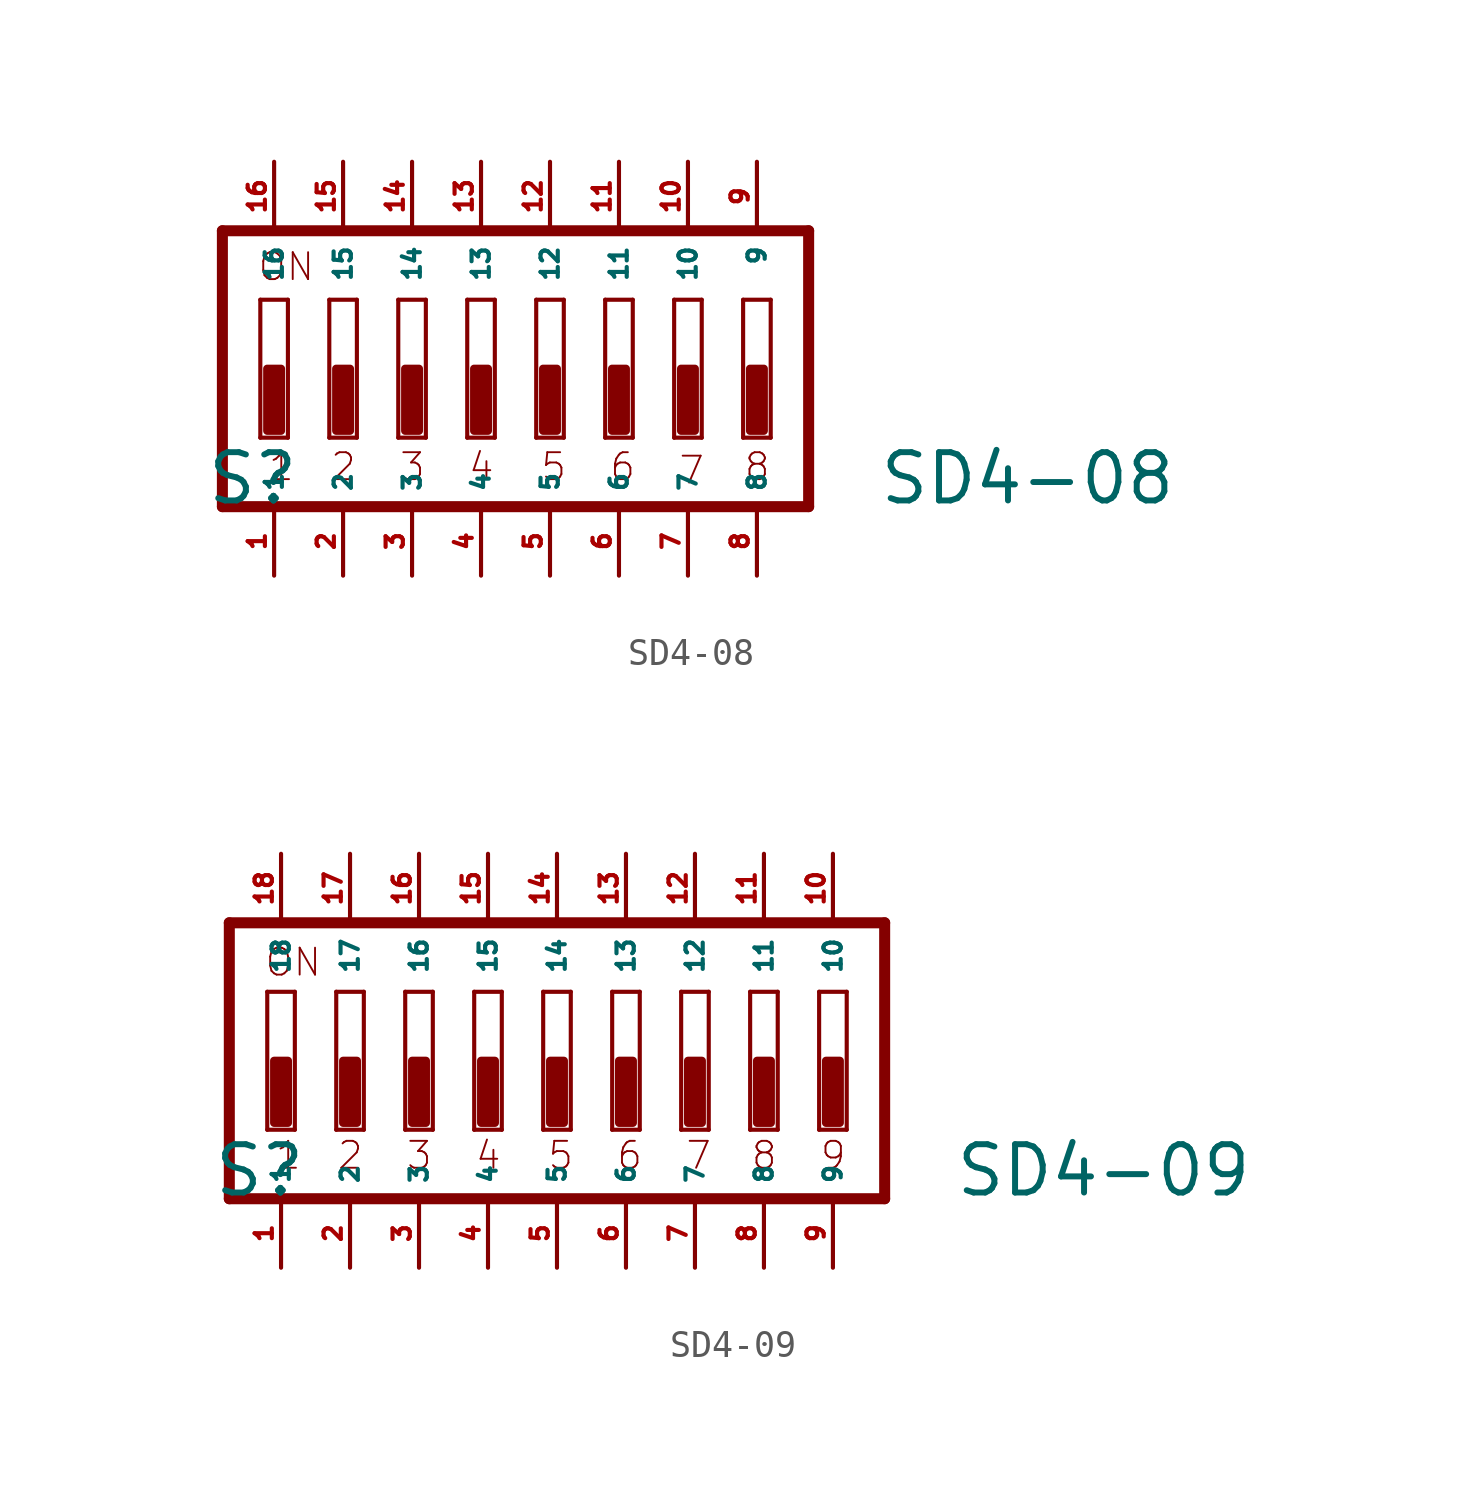
<source format=kicad_sym>
(kicad_symbol_lib
  (version 20220914)
  (generator Eagle2Kicad)
  (symbol "SD4-08"
    (property "Reference" "S"
      (at -12.7 -5.08 0)
      (effects (font (size 1.778 1.778) (thickness 0.22)) (justify left bottom)))
    (property "Value" "SD4-08"
      (at 12.065 -5.08 0)
      (effects (font (size 1.778 1.778) (thickness 0.22)) (justify left bottom)))
    (polyline
      (pts (xy 8.128 -2.54) (xy 7.112 -2.54))
      (stroke (width 0.152) (type default))
      (fill (type none)))
    (polyline
      (pts (xy 7.112 2.54) (xy 8.128 2.54))
      (stroke (width 0.152) (type default))
      (fill (type none)))
    (polyline
      (pts (xy 8.128 2.54) (xy 8.128 -2.54))
      (stroke (width 0.152) (type default))
      (fill (type none)))
    (polyline
      (pts (xy 7.112 -2.54) (xy 7.112 2.54))
      (stroke (width 0.152) (type default))
      (fill (type none)))
    (polyline
      (pts (xy 5.588 -2.54) (xy 4.572 -2.54))
      (stroke (width 0.152) (type default))
      (fill (type none)))
    (polyline
      (pts (xy 4.572 2.54) (xy 5.588 2.54))
      (stroke (width 0.152) (type default))
      (fill (type none)))
    (polyline
      (pts (xy 5.588 2.54) (xy 5.588 -2.54))
      (stroke (width 0.152) (type default))
      (fill (type none)))
    (polyline
      (pts (xy 4.572 -2.54) (xy 4.572 2.54))
      (stroke (width 0.152) (type default))
      (fill (type none)))
    (polyline
      (pts (xy 3.048 -2.54) (xy 2.032 -2.54))
      (stroke (width 0.152) (type default))
      (fill (type none)))
    (polyline
      (pts (xy 2.032 2.54) (xy 3.048 2.54))
      (stroke (width 0.152) (type default))
      (fill (type none)))
    (polyline
      (pts (xy 3.048 2.54) (xy 3.048 -2.54))
      (stroke (width 0.152) (type default))
      (fill (type none)))
    (polyline
      (pts (xy 2.032 -2.54) (xy 2.032 2.54))
      (stroke (width 0.152) (type default))
      (fill (type none)))
    (polyline
      (pts (xy 0.508 -2.54) (xy -0.508 -2.54))
      (stroke (width 0.152) (type default))
      (fill (type none)))
    (polyline
      (pts (xy -0.508 2.54) (xy 0.508 2.54))
      (stroke (width 0.152) (type default))
      (fill (type none)))
    (polyline
      (pts (xy 0.508 2.54) (xy 0.508 -2.54))
      (stroke (width 0.152) (type default))
      (fill (type none)))
    (polyline
      (pts (xy -0.508 -2.54) (xy -0.508 2.54))
      (stroke (width 0.152) (type default))
      (fill (type none)))
    (polyline
      (pts (xy -2.032 -2.54) (xy -3.048 -2.54))
      (stroke (width 0.152) (type default))
      (fill (type none)))
    (polyline
      (pts (xy -3.048 2.54) (xy -2.032 2.54))
      (stroke (width 0.152) (type default))
      (fill (type none)))
    (polyline
      (pts (xy -2.032 2.54) (xy -2.032 -2.54))
      (stroke (width 0.152) (type default))
      (fill (type none)))
    (polyline
      (pts (xy -3.048 -2.54) (xy -3.048 2.54))
      (stroke (width 0.152) (type default))
      (fill (type none)))
    (polyline
      (pts (xy -4.572 -2.54) (xy -5.588 -2.54))
      (stroke (width 0.152) (type default))
      (fill (type none)))
    (polyline
      (pts (xy -5.588 2.54) (xy -4.572 2.54))
      (stroke (width 0.152) (type default))
      (fill (type none)))
    (polyline
      (pts (xy -4.572 2.54) (xy -4.572 -2.54))
      (stroke (width 0.152) (type default))
      (fill (type none)))
    (polyline
      (pts (xy -5.588 -2.54) (xy -5.588 2.54))
      (stroke (width 0.152) (type default))
      (fill (type none)))
    (polyline
      (pts (xy -7.112 -2.54) (xy -8.128 -2.54))
      (stroke (width 0.152) (type default))
      (fill (type none)))
    (polyline
      (pts (xy -8.128 2.54) (xy -7.112 2.54))
      (stroke (width 0.152) (type default))
      (fill (type none)))
    (polyline
      (pts (xy -7.112 2.54) (xy -7.112 -2.54))
      (stroke (width 0.152) (type default))
      (fill (type none)))
    (polyline
      (pts (xy -8.128 -2.54) (xy -8.128 2.54))
      (stroke (width 0.152) (type default))
      (fill (type none)))
    (polyline
      (pts (xy -9.652 -2.54) (xy -10.668 -2.54))
      (stroke (width 0.152) (type default))
      (fill (type none)))
    (polyline
      (pts (xy -10.668 2.54) (xy -9.652 2.54))
      (stroke (width 0.152) (type default))
      (fill (type none)))
    (polyline
      (pts (xy -9.652 2.54) (xy -9.652 -2.54))
      (stroke (width 0.152) (type default))
      (fill (type none)))
    (polyline
      (pts (xy -10.668 -2.54) (xy -10.668 2.54))
      (stroke (width 0.152) (type default))
      (fill (type none)))
    (polyline
      (pts (xy 9.525 5.08) (xy -12.065 5.08))
      (stroke (width 0.406) (type default))
      (fill (type none)))
    (polyline
      (pts (xy -12.065 5.08) (xy -12.065 -5.08))
      (stroke (width 0.406) (type default))
      (fill (type none)))
    (polyline
      (pts (xy -12.065 -5.08) (xy 9.525 -5.08))
      (stroke (width 0.406) (type default))
      (fill (type none)))
    (polyline
      (pts (xy 9.525 -5.08) (xy 9.525 5.08))
      (stroke (width 0.406) (type default))
      (fill (type none)))
    (text "ON"
      (at -10.795 3.175 0)
      (effects (font (size 0.991 0.991) (thickness 0.07)) (justify left bottom)))
    (text "1"
      (at -10.414 -4.191 0)
      (effects (font (size 0.991 0.991) (thickness 0.07)) (justify left bottom)))
    (text "2"
      (at -8.128 -4.191 0)
      (effects (font (size 0.991 0.991) (thickness 0.07)) (justify left bottom)))
    (text "3"
      (at -5.588 -4.191 0)
      (effects (font (size 0.991 0.991) (thickness 0.07)) (justify left bottom)))
    (text "4"
      (at -3.048 -4.191 0)
      (effects (font (size 0.991 0.991) (thickness 0.07)) (justify left bottom)))
    (text "5"
      (at -0.381 -4.191 0)
      (effects (font (size 0.991 0.991) (thickness 0.07)) (justify left bottom)))
    (text "6"
      (at 2.159 -4.191 0)
      (effects (font (size 0.991 0.991) (thickness 0.07)) (justify left bottom)))
    (text "7"
      (at 4.699 -4.318 0)
      (effects (font (size 0.991 0.991) (thickness 0.07)) (justify left bottom)))
    (text "8"
      (at 7.112 -4.191 0)
      (effects (font (size 0.991 0.991) (thickness 0.07)) (justify left bottom)))
    (rectangle
      (start -10.414 -2.286)
      (end -9.906 0)
      (stroke (width 0.3) (type default))
      (fill (type outline)))
    (rectangle
      (start -7.874 -2.286)
      (end -7.366 0)
      (stroke (width 0.3) (type default))
      (fill (type outline)))
    (rectangle
      (start -5.334 -2.286)
      (end -4.826 0)
      (stroke (width 0.3) (type default))
      (fill (type outline)))
    (rectangle
      (start -2.794 -2.286)
      (end -2.286 0)
      (stroke (width 0.3) (type default))
      (fill (type outline)))
    (rectangle
      (start -0.254 -2.286)
      (end 0.254 0)
      (stroke (width 0.3) (type default))
      (fill (type outline)))
    (rectangle
      (start 2.286 -2.286)
      (end 2.794 0)
      (stroke (width 0.3) (type default))
      (fill (type outline)))
    (rectangle
      (start 4.826 -2.286)
      (end 5.334 0)
      (stroke (width 0.3) (type default))
      (fill (type outline)))
    (rectangle
      (start 7.366 -2.286)
      (end 7.874 0)
      (stroke (width 0.3) (type default))
      (fill (type outline)))
    (pin passive line
      (at 7.62 7.62 270)
      (length 2.54)
      (name "9" (effects (font (size 0.635 0.635) (thickness 0.08)) (justify left bottom)))
      (number "9" (effects (font (size 0.635 0.635) (thickness 0.08)) (justify left bottom))))
    (pin passive line
      (at 5.08 7.62 270)
      (length 2.54)
      (name "10" (effects (font (size 0.635 0.635) (thickness 0.08)) (justify left bottom)))
      (number "10" (effects (font (size 0.635 0.635) (thickness 0.08)) (justify left bottom))))
    (pin passive line
      (at 2.54 7.62 270)
      (length 2.54)
      (name "11" (effects (font (size 0.635 0.635) (thickness 0.08)) (justify left bottom)))
      (number "11" (effects (font (size 0.635 0.635) (thickness 0.08)) (justify left bottom))))
    (pin passive line
      (at 0 7.62 270)
      (length 2.54)
      (name "12" (effects (font (size 0.635 0.635) (thickness 0.08)) (justify left bottom)))
      (number "12" (effects (font (size 0.635 0.635) (thickness 0.08)) (justify left bottom))))
    (pin passive line
      (at -2.54 7.62 270)
      (length 2.54)
      (name "13" (effects (font (size 0.635 0.635) (thickness 0.08)) (justify left bottom)))
      (number "13" (effects (font (size 0.635 0.635) (thickness 0.08)) (justify left bottom))))
    (pin passive line
      (at -5.08 7.62 270)
      (length 2.54)
      (name "14" (effects (font (size 0.635 0.635) (thickness 0.08)) (justify left bottom)))
      (number "14" (effects (font (size 0.635 0.635) (thickness 0.08)) (justify left bottom))))
    (pin passive line
      (at -7.62 7.62 270)
      (length 2.54)
      (name "15" (effects (font (size 0.635 0.635) (thickness 0.08)) (justify left bottom)))
      (number "15" (effects (font (size 0.635 0.635) (thickness 0.08)) (justify left bottom))))
    (pin passive line
      (at -10.16 7.62 270)
      (length 2.54)
      (name "16" (effects (font (size 0.635 0.635) (thickness 0.08)) (justify left bottom)))
      (number "16" (effects (font (size 0.635 0.635) (thickness 0.08)) (justify left bottom))))
    (pin passive line
      (at -10.16 -7.62 90)
      (length 2.54)
      (name "1" (effects (font (size 0.635 0.635) (thickness 0.08)) (justify left bottom)))
      (number "1" (effects (font (size 0.635 0.635) (thickness 0.08)) (justify left bottom))))
    (pin passive line
      (at -7.62 -7.62 90)
      (length 2.54)
      (name "2" (effects (font (size 0.635 0.635) (thickness 0.08)) (justify left bottom)))
      (number "2" (effects (font (size 0.635 0.635) (thickness 0.08)) (justify left bottom))))
    (pin passive line
      (at -5.08 -7.62 90)
      (length 2.54)
      (name "3" (effects (font (size 0.635 0.635) (thickness 0.08)) (justify left bottom)))
      (number "3" (effects (font (size 0.635 0.635) (thickness 0.08)) (justify left bottom))))
    (pin passive line
      (at -2.54 -7.62 90)
      (length 2.54)
      (name "4" (effects (font (size 0.635 0.635) (thickness 0.08)) (justify left bottom)))
      (number "4" (effects (font (size 0.635 0.635) (thickness 0.08)) (justify left bottom))))
    (pin passive line
      (at 0 -7.62 90)
      (length 2.54)
      (name "5" (effects (font (size 0.635 0.635) (thickness 0.08)) (justify left bottom)))
      (number "5" (effects (font (size 0.635 0.635) (thickness 0.08)) (justify left bottom))))
    (pin passive line
      (at 2.54 -7.62 90)
      (length 2.54)
      (name "6" (effects (font (size 0.635 0.635) (thickness 0.08)) (justify left bottom)))
      (number "6" (effects (font (size 0.635 0.635) (thickness 0.08)) (justify left bottom))))
    (pin passive line
      (at 5.08 -7.62 90)
      (length 2.54)
      (name "7" (effects (font (size 0.635 0.635) (thickness 0.08)) (justify left bottom)))
      (number "7" (effects (font (size 0.635 0.635) (thickness 0.08)) (justify left bottom))))
    (pin passive line
      (at 7.62 -7.62 90)
      (length 2.54)
      (name "8" (effects (font (size 0.635 0.635) (thickness 0.08)) (justify left bottom)))
      (number "8" (effects (font (size 0.635 0.635) (thickness 0.08)) (justify left bottom)))))
  (symbol "SD4-09"
    (property "Reference" "S"
      (at -12.7 -5.08 0)
      (effects (font (size 1.778 1.778) (thickness 0.22)) (justify left bottom)))
    (property "Value" "SD4-09"
      (at 14.605 -5.08 0)
      (effects (font (size 1.778 1.778) (thickness 0.22)) (justify left bottom)))
    (polyline
      (pts (xy 12.065 5.08) (xy -12.065 5.08))
      (stroke (width 0.406) (type default))
      (fill (type none)))
    (polyline
      (pts (xy -12.065 5.08) (xy -12.065 -5.08))
      (stroke (width 0.406) (type default))
      (fill (type none)))
    (polyline
      (pts (xy -12.065 -5.08) (xy 12.065 -5.08))
      (stroke (width 0.406) (type default))
      (fill (type none)))
    (polyline
      (pts (xy 12.065 -5.08) (xy 12.065 5.08))
      (stroke (width 0.406) (type default))
      (fill (type none)))
    (polyline
      (pts (xy -9.652 -2.54) (xy -10.668 -2.54))
      (stroke (width 0.152) (type default))
      (fill (type none)))
    (polyline
      (pts (xy -10.668 2.54) (xy -9.652 2.54))
      (stroke (width 0.152) (type default))
      (fill (type none)))
    (polyline
      (pts (xy -9.652 2.54) (xy -9.652 -2.54))
      (stroke (width 0.152) (type default))
      (fill (type none)))
    (polyline
      (pts (xy -10.668 -2.54) (xy -10.668 2.54))
      (stroke (width 0.152) (type default))
      (fill (type none)))
    (polyline
      (pts (xy -7.112 -2.54) (xy -8.128 -2.54))
      (stroke (width 0.152) (type default))
      (fill (type none)))
    (polyline
      (pts (xy -8.128 2.54) (xy -7.112 2.54))
      (stroke (width 0.152) (type default))
      (fill (type none)))
    (polyline
      (pts (xy -7.112 2.54) (xy -7.112 -2.54))
      (stroke (width 0.152) (type default))
      (fill (type none)))
    (polyline
      (pts (xy -8.128 -2.54) (xy -8.128 2.54))
      (stroke (width 0.152) (type default))
      (fill (type none)))
    (polyline
      (pts (xy -4.572 -2.54) (xy -5.588 -2.54))
      (stroke (width 0.152) (type default))
      (fill (type none)))
    (polyline
      (pts (xy -5.588 2.54) (xy -4.572 2.54))
      (stroke (width 0.152) (type default))
      (fill (type none)))
    (polyline
      (pts (xy -4.572 2.54) (xy -4.572 -2.54))
      (stroke (width 0.152) (type default))
      (fill (type none)))
    (polyline
      (pts (xy -5.588 -2.54) (xy -5.588 2.54))
      (stroke (width 0.152) (type default))
      (fill (type none)))
    (polyline
      (pts (xy -2.032 -2.54) (xy -3.048 -2.54))
      (stroke (width 0.152) (type default))
      (fill (type none)))
    (polyline
      (pts (xy -3.048 2.54) (xy -2.032 2.54))
      (stroke (width 0.152) (type default))
      (fill (type none)))
    (polyline
      (pts (xy -2.032 2.54) (xy -2.032 -2.54))
      (stroke (width 0.152) (type default))
      (fill (type none)))
    (polyline
      (pts (xy -3.048 -2.54) (xy -3.048 2.54))
      (stroke (width 0.152) (type default))
      (fill (type none)))
    (polyline
      (pts (xy 0.508 -2.54) (xy -0.508 -2.54))
      (stroke (width 0.152) (type default))
      (fill (type none)))
    (polyline
      (pts (xy -0.508 2.54) (xy 0.508 2.54))
      (stroke (width 0.152) (type default))
      (fill (type none)))
    (polyline
      (pts (xy 0.508 2.54) (xy 0.508 -2.54))
      (stroke (width 0.152) (type default))
      (fill (type none)))
    (polyline
      (pts (xy -0.508 -2.54) (xy -0.508 2.54))
      (stroke (width 0.152) (type default))
      (fill (type none)))
    (polyline
      (pts (xy 3.048 -2.54) (xy 2.032 -2.54))
      (stroke (width 0.152) (type default))
      (fill (type none)))
    (polyline
      (pts (xy 2.032 2.54) (xy 3.048 2.54))
      (stroke (width 0.152) (type default))
      (fill (type none)))
    (polyline
      (pts (xy 3.048 2.54) (xy 3.048 -2.54))
      (stroke (width 0.152) (type default))
      (fill (type none)))
    (polyline
      (pts (xy 2.032 -2.54) (xy 2.032 2.54))
      (stroke (width 0.152) (type default))
      (fill (type none)))
    (polyline
      (pts (xy 5.588 -2.54) (xy 4.572 -2.54))
      (stroke (width 0.152) (type default))
      (fill (type none)))
    (polyline
      (pts (xy 4.572 2.54) (xy 5.588 2.54))
      (stroke (width 0.152) (type default))
      (fill (type none)))
    (polyline
      (pts (xy 5.588 2.54) (xy 5.588 -2.54))
      (stroke (width 0.152) (type default))
      (fill (type none)))
    (polyline
      (pts (xy 4.572 -2.54) (xy 4.572 2.54))
      (stroke (width 0.152) (type default))
      (fill (type none)))
    (polyline
      (pts (xy 8.128 -2.54) (xy 7.112 -2.54))
      (stroke (width 0.152) (type default))
      (fill (type none)))
    (polyline
      (pts (xy 7.112 2.54) (xy 8.128 2.54))
      (stroke (width 0.152) (type default))
      (fill (type none)))
    (polyline
      (pts (xy 8.128 2.54) (xy 8.128 -2.54))
      (stroke (width 0.152) (type default))
      (fill (type none)))
    (polyline
      (pts (xy 7.112 -2.54) (xy 7.112 2.54))
      (stroke (width 0.152) (type default))
      (fill (type none)))
    (polyline
      (pts (xy 10.668 -2.54) (xy 9.652 -2.54))
      (stroke (width 0.152) (type default))
      (fill (type none)))
    (polyline
      (pts (xy 9.652 2.54) (xy 10.668 2.54))
      (stroke (width 0.152) (type default))
      (fill (type none)))
    (polyline
      (pts (xy 10.668 2.54) (xy 10.668 -2.54))
      (stroke (width 0.152) (type default))
      (fill (type none)))
    (polyline
      (pts (xy 9.652 -2.54) (xy 9.652 2.54))
      (stroke (width 0.152) (type default))
      (fill (type none)))
    (text "1"
      (at -10.414 -4.064 0)
      (effects (font (size 0.991 0.991) (thickness 0.07)) (justify left bottom)))
    (text "2"
      (at -8.128 -4.064 0)
      (effects (font (size 0.991 0.991) (thickness 0.07)) (justify left bottom)))
    (text "3"
      (at -5.588 -4.064 0)
      (effects (font (size 0.991 0.991) (thickness 0.07)) (justify left bottom)))
    (text "4"
      (at -3.048 -4.064 0)
      (effects (font (size 0.991 0.991) (thickness 0.07)) (justify left bottom)))
    (text "5"
      (at -0.381 -4.064 0)
      (effects (font (size 0.991 0.991) (thickness 0.07)) (justify left bottom)))
    (text "6"
      (at 2.159 -4.064 0)
      (effects (font (size 0.991 0.991) (thickness 0.07)) (justify left bottom)))
    (text "7"
      (at 4.699 -4.064 0)
      (effects (font (size 0.991 0.991) (thickness 0.07)) (justify left bottom)))
    (text "8"
      (at 7.112 -4.064 0)
      (effects (font (size 0.991 0.991) (thickness 0.07)) (justify left bottom)))
    (text "9"
      (at 9.652 -4.064 0)
      (effects (font (size 0.991 0.991) (thickness 0.07)) (justify left bottom)))
    (text "ON"
      (at -10.795 3.048 0)
      (effects (font (size 0.991 0.991) (thickness 0.07)) (justify left bottom)))
    (rectangle
      (start -10.414 -2.286)
      (end -9.906 0)
      (stroke (width 0.3) (type default))
      (fill (type outline)))
    (rectangle
      (start -7.874 -2.286)
      (end -7.366 0)
      (stroke (width 0.3) (type default))
      (fill (type outline)))
    (rectangle
      (start -5.334 -2.286)
      (end -4.826 0)
      (stroke (width 0.3) (type default))
      (fill (type outline)))
    (rectangle
      (start -2.794 -2.286)
      (end -2.286 0)
      (stroke (width 0.3) (type default))
      (fill (type outline)))
    (rectangle
      (start -0.254 -2.286)
      (end 0.254 0)
      (stroke (width 0.3) (type default))
      (fill (type outline)))
    (rectangle
      (start 2.286 -2.286)
      (end 2.794 0)
      (stroke (width 0.3) (type default))
      (fill (type outline)))
    (rectangle
      (start 4.826 -2.286)
      (end 5.334 0)
      (stroke (width 0.3) (type default))
      (fill (type outline)))
    (rectangle
      (start 7.366 -2.286)
      (end 7.874 0)
      (stroke (width 0.3) (type default))
      (fill (type outline)))
    (rectangle
      (start 9.906 -2.286)
      (end 10.414 0)
      (stroke (width 0.3) (type default))
      (fill (type outline)))
    (pin passive line
      (at 10.16 7.62 270)
      (length 2.54)
      (name "10" (effects (font (size 0.635 0.635) (thickness 0.08)) (justify left bottom)))
      (number "10" (effects (font (size 0.635 0.635) (thickness 0.08)) (justify left bottom))))
    (pin passive line
      (at 7.62 7.62 270)
      (length 2.54)
      (name "11" (effects (font (size 0.635 0.635) (thickness 0.08)) (justify left bottom)))
      (number "11" (effects (font (size 0.635 0.635) (thickness 0.08)) (justify left bottom))))
    (pin passive line
      (at 5.08 7.62 270)
      (length 2.54)
      (name "12" (effects (font (size 0.635 0.635) (thickness 0.08)) (justify left bottom)))
      (number "12" (effects (font (size 0.635 0.635) (thickness 0.08)) (justify left bottom))))
    (pin passive line
      (at 2.54 7.62 270)
      (length 2.54)
      (name "13" (effects (font (size 0.635 0.635) (thickness 0.08)) (justify left bottom)))
      (number "13" (effects (font (size 0.635 0.635) (thickness 0.08)) (justify left bottom))))
    (pin passive line
      (at 0 7.62 270)
      (length 2.54)
      (name "14" (effects (font (size 0.635 0.635) (thickness 0.08)) (justify left bottom)))
      (number "14" (effects (font (size 0.635 0.635) (thickness 0.08)) (justify left bottom))))
    (pin passive line
      (at -2.54 7.62 270)
      (length 2.54)
      (name "15" (effects (font (size 0.635 0.635) (thickness 0.08)) (justify left bottom)))
      (number "15" (effects (font (size 0.635 0.635) (thickness 0.08)) (justify left bottom))))
    (pin passive line
      (at -5.08 7.62 270)
      (length 2.54)
      (name "16" (effects (font (size 0.635 0.635) (thickness 0.08)) (justify left bottom)))
      (number "16" (effects (font (size 0.635 0.635) (thickness 0.08)) (justify left bottom))))
    (pin passive line
      (at -7.62 7.62 270)
      (length 2.54)
      (name "17" (effects (font (size 0.635 0.635) (thickness 0.08)) (justify left bottom)))
      (number "17" (effects (font (size 0.635 0.635) (thickness 0.08)) (justify left bottom))))
    (pin passive line
      (at -10.16 7.62 270)
      (length 2.54)
      (name "18" (effects (font (size 0.635 0.635) (thickness 0.08)) (justify left bottom)))
      (number "18" (effects (font (size 0.635 0.635) (thickness 0.08)) (justify left bottom))))
    (pin passive line
      (at -10.16 -7.62 90)
      (length 2.54)
      (name "1" (effects (font (size 0.635 0.635) (thickness 0.08)) (justify left bottom)))
      (number "1" (effects (font (size 0.635 0.635) (thickness 0.08)) (justify left bottom))))
    (pin passive line
      (at -7.62 -7.62 90)
      (length 2.54)
      (name "2" (effects (font (size 0.635 0.635) (thickness 0.08)) (justify left bottom)))
      (number "2" (effects (font (size 0.635 0.635) (thickness 0.08)) (justify left bottom))))
    (pin passive line
      (at -5.08 -7.62 90)
      (length 2.54)
      (name "3" (effects (font (size 0.635 0.635) (thickness 0.08)) (justify left bottom)))
      (number "3" (effects (font (size 0.635 0.635) (thickness 0.08)) (justify left bottom))))
    (pin passive line
      (at -2.54 -7.62 90)
      (length 2.54)
      (name "4" (effects (font (size 0.635 0.635) (thickness 0.08)) (justify left bottom)))
      (number "4" (effects (font (size 0.635 0.635) (thickness 0.08)) (justify left bottom))))
    (pin passive line
      (at 0 -7.62 90)
      (length 2.54)
      (name "5" (effects (font (size 0.635 0.635) (thickness 0.08)) (justify left bottom)))
      (number "5" (effects (font (size 0.635 0.635) (thickness 0.08)) (justify left bottom))))
    (pin passive line
      (at 2.54 -7.62 90)
      (length 2.54)
      (name "6" (effects (font (size 0.635 0.635) (thickness 0.08)) (justify left bottom)))
      (number "6" (effects (font (size 0.635 0.635) (thickness 0.08)) (justify left bottom))))
    (pin passive line
      (at 5.08 -7.62 90)
      (length 2.54)
      (name "7" (effects (font (size 0.635 0.635) (thickness 0.08)) (justify left bottom)))
      (number "7" (effects (font (size 0.635 0.635) (thickness 0.08)) (justify left bottom))))
    (pin passive line
      (at 7.62 -7.62 90)
      (length 2.54)
      (name "8" (effects (font (size 0.635 0.635) (thickness 0.08)) (justify left bottom)))
      (number "8" (effects (font (size 0.635 0.635) (thickness 0.08)) (justify left bottom))))
    (pin passive line
      (at 10.16 -7.62 90)
      (length 2.54)
      (name "9" (effects (font (size 0.635 0.635) (thickness 0.08)) (justify left bottom)))
      (number "9" (effects (font (size 0.635 0.635) (thickness 0.08)) (justify left bottom))))))
</source>
